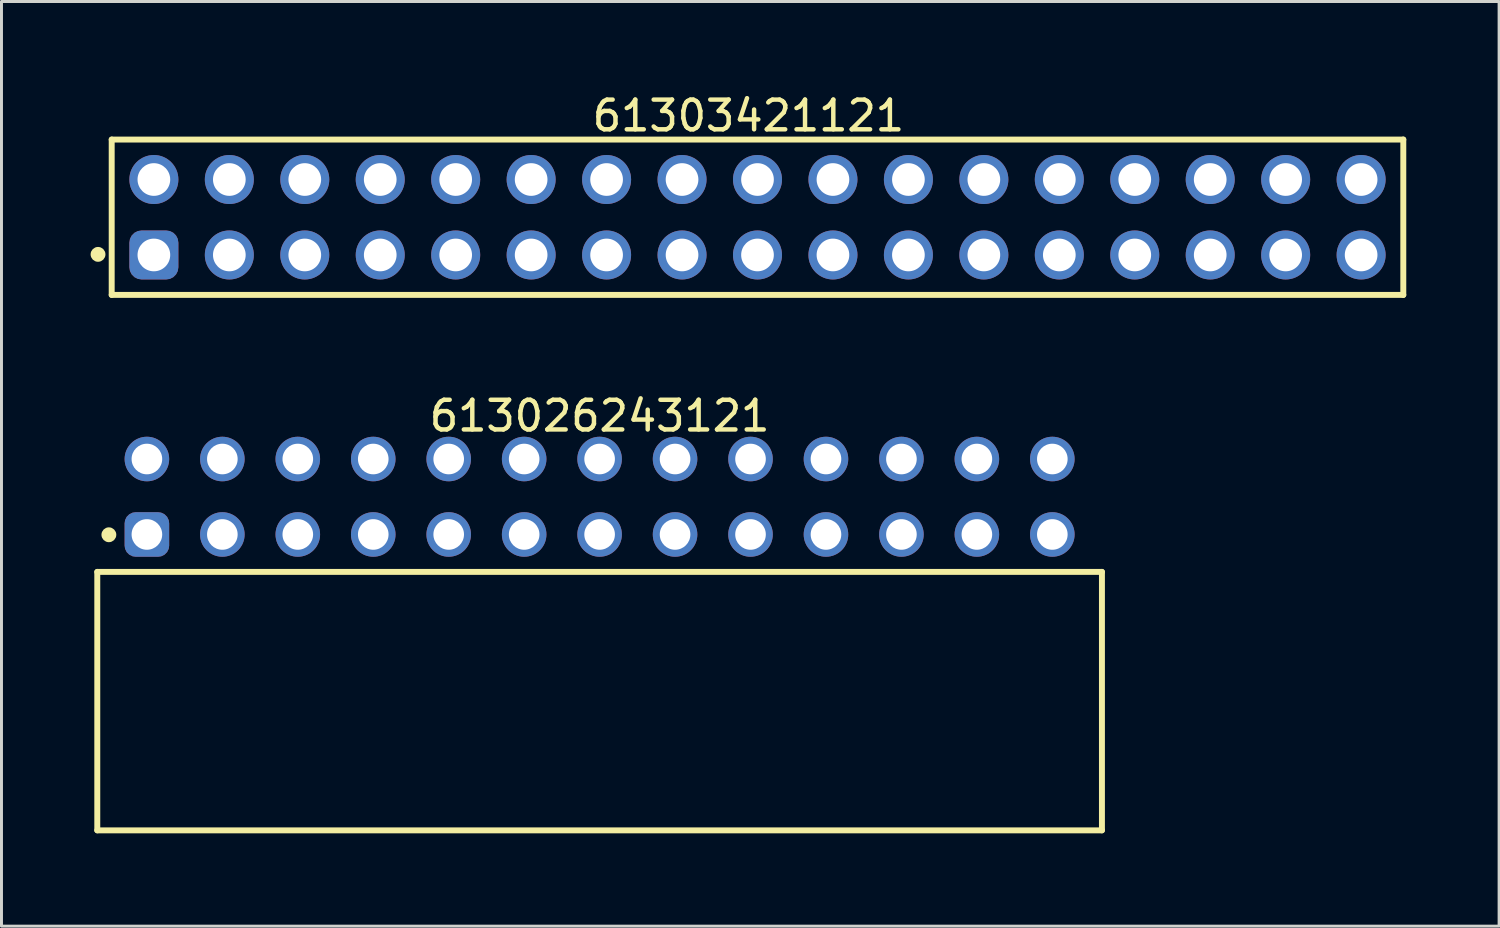
<source format=kicad_pcb>
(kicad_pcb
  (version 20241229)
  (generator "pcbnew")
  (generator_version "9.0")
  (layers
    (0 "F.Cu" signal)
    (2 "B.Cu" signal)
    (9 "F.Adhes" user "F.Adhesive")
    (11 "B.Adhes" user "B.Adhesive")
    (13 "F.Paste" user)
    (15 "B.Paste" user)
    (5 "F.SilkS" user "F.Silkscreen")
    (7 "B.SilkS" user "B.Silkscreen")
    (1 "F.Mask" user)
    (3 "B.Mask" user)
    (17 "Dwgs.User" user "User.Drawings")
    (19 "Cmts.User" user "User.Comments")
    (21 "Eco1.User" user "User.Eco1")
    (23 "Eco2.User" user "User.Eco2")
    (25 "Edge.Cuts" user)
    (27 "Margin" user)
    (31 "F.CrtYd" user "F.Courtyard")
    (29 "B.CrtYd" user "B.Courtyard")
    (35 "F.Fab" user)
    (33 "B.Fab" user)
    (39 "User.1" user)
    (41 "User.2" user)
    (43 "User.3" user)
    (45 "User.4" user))
  (footprint "613026243121"
    (layer "F.Cu")
    (at 17.135 20.552)
    (property "Reference" "613026243121" (at 0 -9.6 0) (layer "F.SilkS") (effects (font (size 1 1) (thickness 0.15))))
    (fp_line (start -16.91 -4.35) (end 16.91 -4.35) (stroke (width 0.2) (type solid)) (layer "F.SilkS"))
    (fp_line (start -16.91 4.35) (end -16.91 -4.35) (stroke (width 0.2) (type solid)) (layer "F.SilkS"))
    (fp_line (start -16.91 4.35) (end 16.91 4.35) (stroke (width 0.2) (type solid)) (layer "F.SilkS"))
    (fp_line (start 16.91 4.35) (end 16.91 -4.35) (stroke (width 0.2) (type solid)) (layer "F.SilkS"))
    (fp_circle (center -16.52 -5.6) (end -16.52 -5.725) (stroke (width 0.25) (type solid)) (fill no) (layer "F.SilkS"))
    (fp_line (start -17.11 -9.1) (end 17.11 -9.1) (stroke (width 0.05) (type solid)) (layer "Eco2.User"))
    (fp_line (start -17.11 4.55) (end -17.11 -9.1) (stroke (width 0.05) (type solid)) (layer "Eco2.User"))
    (fp_line (start -17.11 4.55) (end 17.11 4.55) (stroke (width 0.05) (type solid)) (layer "Eco2.User"))
    (fp_line (start -16.76 -4.25) (end 16.76 -4.25) (stroke (width 0.1) (type solid)) (layer "Eco2.User"))
    (fp_line (start -16.76 4.25) (end -16.76 -4.25) (stroke (width 0.1) (type solid)) (layer "Eco2.User"))
    (fp_line (start -16.76 4.25) (end 16.76 4.25) (stroke (width 0.1) (type solid)) (layer "Eco2.User"))
    (fp_line (start -15.61 -8.35) (end -14.87 -8.35) (stroke (width 0.1) (type solid)) (layer "Eco2.User"))
    (fp_line (start -15.61 -5.81) (end -14.87 -5.81) (stroke (width 0.1) (type solid)) (layer "Eco2.User"))
    (fp_line (start -15.61 -4.25) (end -15.61 -8.35) (stroke (width 0.1) (type solid)) (layer "Eco2.User"))
    (fp_line (start -14.87 -4.25) (end -14.87 -8.35) (stroke (width 0.1) (type solid)) (layer "Eco2.User"))
    (fp_line (start -13.07 -8.35) (end -12.33 -8.35) (stroke (width 0.1) (type solid)) (layer "Eco2.User"))
    (fp_line (start -13.07 -5.81) (end -12.33 -5.81) (stroke (width 0.1) (type solid)) (layer "Eco2.User"))
    (fp_line (start -13.07 -4.25) (end -13.07 -8.35) (stroke (width 0.1) (type solid)) (layer "Eco2.User"))
    (fp_line (start -12.33 -4.25) (end -12.33 -8.35) (stroke (width 0.1) (type solid)) (layer "Eco2.User"))
    (fp_line (start -10.53 -8.35) (end -9.79 -8.35) (stroke (width 0.1) (type solid)) (layer "Eco2.User"))
    (fp_line (start -10.53 -5.81) (end -9.79 -5.81) (stroke (width 0.1) (type solid)) (layer "Eco2.User"))
    (fp_line (start -10.53 -4.25) (end -10.53 -8.35) (stroke (width 0.1) (type solid)) (layer "Eco2.User"))
    (fp_line (start -9.79 -4.25) (end -9.79 -8.35) (stroke (width 0.1) (type solid)) (layer "Eco2.User"))
    (fp_line (start -7.99 -8.35) (end -7.25 -8.35) (stroke (width 0.1) (type solid)) (layer "Eco2.User"))
    (fp_line (start -7.99 -5.81) (end -7.25 -5.81) (stroke (width 0.1) (type solid)) (layer "Eco2.User"))
    (fp_line (start -7.99 -4.25) (end -7.99 -8.35) (stroke (width 0.1) (type solid)) (layer "Eco2.User"))
    (fp_line (start -7.25 -4.25) (end -7.25 -8.35) (stroke (width 0.1) (type solid)) (layer "Eco2.User"))
    (fp_line (start -5.45 -8.35) (end -4.71 -8.35) (stroke (width 0.1) (type solid)) (layer "Eco2.User"))
    (fp_line (start -5.45 -5.81) (end -4.71 -5.81) (stroke (width 0.1) (type solid)) (layer "Eco2.User"))
    (fp_line (start -5.45 -4.25) (end -5.45 -8.35) (stroke (width 0.1) (type solid)) (layer "Eco2.User"))
    (fp_line (start -4.71 -4.25) (end -4.71 -8.35) (stroke (width 0.1) (type solid)) (layer "Eco2.User"))
    (fp_line (start -2.91 -8.35) (end -2.17 -8.35) (stroke (width 0.1) (type solid)) (layer "Eco2.User"))
    (fp_line (start -2.91 -5.81) (end -2.17 -5.81) (stroke (width 0.1) (type solid)) (layer "Eco2.User"))
    (fp_line (start -2.91 -4.25) (end -2.91 -8.35) (stroke (width 0.1) (type solid)) (layer "Eco2.User"))
    (fp_line (start -2.17 -4.25) (end -2.17 -8.35) (stroke (width 0.1) (type solid)) (layer "Eco2.User"))
    (fp_line (start -0.5 0) (end 0.5 0) (stroke (width 0.05) (type solid)) (layer "Eco2.User"))
    (fp_line (start -0.37 -8.35) (end 0.37 -8.35) (stroke (width 0.1) (type solid)) (layer "Eco2.User"))
    (fp_line (start -0.37 -5.81) (end 0.37 -5.81) (stroke (width 0.1) (type solid)) (layer "Eco2.User"))
    (fp_line (start -0.37 -4.25) (end -0.37 -8.35) (stroke (width 0.1) (type solid)) (layer "Eco2.User"))
    (fp_line (start 0 0.5) (end 0 -0.5) (stroke (width 0.05) (type solid)) (layer "Eco2.User"))
    (fp_line (start 0.37 -4.25) (end 0.37 -8.35) (stroke (width 0.1) (type solid)) (layer "Eco2.User"))
    (fp_line (start 2.17 -8.35) (end 2.91 -8.35) (stroke (width 0.1) (type solid)) (layer "Eco2.User"))
    (fp_line (start 2.17 -5.81) (end 2.91 -5.81) (stroke (width 0.1) (type solid)) (layer "Eco2.User"))
    (fp_line (start 2.17 -4.25) (end 2.17 -8.35) (stroke (width 0.1) (type solid)) (layer "Eco2.User"))
    (fp_line (start 2.91 -4.25) (end 2.91 -8.35) (stroke (width 0.1) (type solid)) (layer "Eco2.User"))
    (fp_line (start 4.71 -8.35) (end 5.45 -8.35) (stroke (width 0.1) (type solid)) (layer "Eco2.User"))
    (fp_line (start 4.71 -5.81) (end 5.45 -5.81) (stroke (width 0.1) (type solid)) (layer "Eco2.User"))
    (fp_line (start 4.71 -4.25) (end 4.71 -8.35) (stroke (width 0.1) (type solid)) (layer "Eco2.User"))
    (fp_line (start 5.45 -4.25) (end 5.45 -8.35) (stroke (width 0.1) (type solid)) (layer "Eco2.User"))
    (fp_line (start 7.25 -8.35) (end 7.99 -8.35) (stroke (width 0.1) (type solid)) (layer "Eco2.User"))
    (fp_line (start 7.25 -5.81) (end 7.99 -5.81) (stroke (width 0.1) (type solid)) (layer "Eco2.User"))
    (fp_line (start 7.25 -4.25) (end 7.25 -8.35) (stroke (width 0.1) (type solid)) (layer "Eco2.User"))
    (fp_line (start 7.99 -4.25) (end 7.99 -8.35) (stroke (width 0.1) (type solid)) (layer "Eco2.User"))
    (fp_line (start 9.79 -8.35) (end 10.53 -8.35) (stroke (width 0.1) (type solid)) (layer "Eco2.User"))
    (fp_line (start 9.79 -5.81) (end 10.53 -5.81) (stroke (width 0.1) (type solid)) (layer "Eco2.User"))
    (fp_line (start 9.79 -4.25) (end 9.79 -8.35) (stroke (width 0.1) (type solid)) (layer "Eco2.User"))
    (fp_line (start 10.53 -4.25) (end 10.53 -8.35) (stroke (width 0.1) (type solid)) (layer "Eco2.User"))
    (fp_line (start 12.33 -8.35) (end 13.07 -8.35) (stroke (width 0.1) (type solid)) (layer "Eco2.User"))
    (fp_line (start 12.33 -5.81) (end 13.07 -5.81) (stroke (width 0.1) (type solid)) (layer "Eco2.User"))
    (fp_line (start 12.33 -4.25) (end 12.33 -8.35) (stroke (width 0.1) (type solid)) (layer "Eco2.User"))
    (fp_line (start 13.07 -4.25) (end 13.07 -8.35) (stroke (width 0.1) (type solid)) (layer "Eco2.User"))
    (fp_line (start 14.87 -8.35) (end 15.61 -8.35) (stroke (width 0.1) (type solid)) (layer "Eco2.User"))
    (fp_line (start 14.87 -5.81) (end 15.61 -5.81) (stroke (width 0.1) (type solid)) (layer "Eco2.User"))
    (fp_line (start 14.87 -4.25) (end 14.87 -8.35) (stroke (width 0.1) (type solid)) (layer "Eco2.User"))
    (fp_line (start 15.61 -4.25) (end 15.61 -8.35) (stroke (width 0.1) (type solid)) (layer "Eco2.User"))
    (fp_line (start 16.76 4.25) (end 16.76 -4.25) (stroke (width 0.1) (type solid)) (layer "Eco2.User"))
    (fp_line (start 17.11 4.55) (end 17.11 -9.1) (stroke (width 0.05) (type solid)) (layer "Eco2.User"))
    (fp_text user "${REFERENCE}" (at 0.15 -0.197 0) (unlocked yes) (layer "User.3") (effects (font (size 1.5 1.5) (thickness 0.15))))
    (pad "1" thru_hole roundrect (at -15.24 -5.61) (size 1.5 1.5) (drill 1.03) (layers "*.Cu" "*.Mask") (roundrect_rratio 0.25))
    (pad "2" thru_hole circle (at -15.24 -8.15) (size 1.5 1.5) (drill 1.03) (layers "*.Cu" "*.Mask"))
    (pad "3" thru_hole circle (at -12.7 -5.61) (size 1.5 1.5) (drill 1.03) (layers "*.Cu" "*.Mask"))
    (pad "4" thru_hole circle (at -12.7 -8.15) (size 1.5 1.5) (drill 1.03) (layers "*.Cu" "*.Mask"))
    (pad "5" thru_hole circle (at -10.16 -5.61) (size 1.5 1.5) (drill 1.03) (layers "*.Cu" "*.Mask"))
    (pad "6" thru_hole circle (at -10.16 -8.15) (size 1.5 1.5) (drill 1.03) (layers "*.Cu" "*.Mask"))
    (pad "7" thru_hole circle (at -7.62 -5.61) (size 1.5 1.5) (drill 1.03) (layers "*.Cu" "*.Mask"))
    (pad "8" thru_hole circle (at -7.62 -8.15) (size 1.5 1.5) (drill 1.03) (layers "*.Cu" "*.Mask"))
    (pad "9" thru_hole circle (at -5.08 -5.61) (size 1.5 1.5) (drill 1.03) (layers "*.Cu" "*.Mask"))
    (pad "10" thru_hole circle (at -5.08 -8.15) (size 1.5 1.5) (drill 1.03) (layers "*.Cu" "*.Mask"))
    (pad "11" thru_hole circle (at -2.54 -5.61) (size 1.5 1.5) (drill 1.03) (layers "*.Cu" "*.Mask"))
    (pad "12" thru_hole circle (at -2.54 -8.15) (size 1.5 1.5) (drill 1.03) (layers "*.Cu" "*.Mask"))
    (pad "13" thru_hole circle (at 0 -5.61) (size 1.5 1.5) (drill 1.03) (layers "*.Cu" "*.Mask"))
    (pad "14" thru_hole circle (at 0 -8.15) (size 1.5 1.5) (drill 1.03) (layers "*.Cu" "*.Mask"))
    (pad "15" thru_hole circle (at 2.54 -5.61) (size 1.5 1.5) (drill 1.03) (layers "*.Cu" "*.Mask"))
    (pad "16" thru_hole circle (at 2.54 -8.15) (size 1.5 1.5) (drill 1.03) (layers "*.Cu" "*.Mask"))
    (pad "17" thru_hole circle (at 5.08 -5.61) (size 1.5 1.5) (drill 1.03) (layers "*.Cu" "*.Mask"))
    (pad "18" thru_hole circle (at 5.08 -8.15) (size 1.5 1.5) (drill 1.03) (layers "*.Cu" "*.Mask"))
    (pad "19" thru_hole circle (at 7.62 -5.61) (size 1.5 1.5) (drill 1.03) (layers "*.Cu" "*.Mask"))
    (pad "20" thru_hole circle (at 7.62 -8.15) (size 1.5 1.5) (drill 1.03) (layers "*.Cu" "*.Mask"))
    (pad "21" thru_hole circle (at 10.16 -5.61) (size 1.5 1.5) (drill 1.03) (layers "*.Cu" "*.Mask"))
    (pad "22" thru_hole circle (at 10.16 -8.15) (size 1.5 1.5) (drill 1.03) (layers "*.Cu" "*.Mask"))
    (pad "23" thru_hole circle (at 12.7 -5.61) (size 1.5 1.5) (drill 1.03) (layers "*.Cu" "*.Mask"))
    (pad "24" thru_hole circle (at 12.7 -8.15) (size 1.5 1.5) (drill 1.03) (layers "*.Cu" "*.Mask"))
    (pad "25" thru_hole circle (at 15.24 -5.61) (size 1.5 1.5) (drill 1.03) (layers "*.Cu" "*.Mask"))
    (pad "26" thru_hole circle (at 15.24 -8.15) (size 1.5 1.5) (drill 1.03) (layers "*.Cu" "*.Mask")))
  (footprint "61303421121"
    (layer "F.Cu")
    (at 22.45 4.263)
    (property "Reference" "61303421121" (at -0.305 -3.415 0) (layer "F.SilkS") (effects (font (size 1 1) (thickness 0.15))))
    (fp_line (start -21.74 -2.615) (end 21.74 -2.615) (stroke (width 0.2) (type solid)) (layer "F.SilkS"))
    (fp_line (start -21.74 2.615) (end -21.74 -2.615) (stroke (width 0.2) (type solid)) (layer "F.SilkS"))
    (fp_line (start -21.74 2.615) (end 21.74 2.615) (stroke (width 0.2) (type solid)) (layer "F.SilkS"))
    (fp_line (start 21.74 2.615) (end 21.74 -2.615) (stroke (width 0.2) (type solid)) (layer "F.SilkS"))
    (fp_circle (center -22.2 1.25) (end -22.2 1.125) (stroke (width 0.25) (type solid)) (fill no) (layer "F.SilkS"))
    (fp_line (start -21.94 -2.815) (end 21.94 -2.815) (stroke (width 0.05) (type solid)) (layer "Eco2.User"))
    (fp_line (start -21.94 2.815) (end -21.94 -2.815) (stroke (width 0.05) (type solid)) (layer "Eco2.User"))
    (fp_line (start -21.94 2.815) (end 21.94 2.815) (stroke (width 0.05) (type solid)) (layer "Eco2.User"))
    (fp_line (start -21.59 -2.54) (end 21.59 -2.54) (stroke (width 0.1) (type solid)) (layer "Eco2.User"))
    (fp_line (start -21.59 2.54) (end -21.59 -2.54) (stroke (width 0.1) (type solid)) (layer "Eco2.User"))
    (fp_line (start -21.59 2.54) (end 21.59 2.54) (stroke (width 0.1) (type solid)) (layer "Eco2.User"))
    (fp_line (start -0.5 0) (end 0.5 0) (stroke (width 0.05) (type solid)) (layer "Eco2.User"))
    (fp_line (start 0 0.5) (end 0 -0.5) (stroke (width 0.05) (type solid)) (layer "Eco2.User"))
    (fp_line (start 21.59 2.54) (end 21.59 -2.54) (stroke (width 0.1) (type solid)) (layer "Eco2.User"))
    (fp_line (start 21.94 2.815) (end 21.94 -2.815) (stroke (width 0.05) (type solid)) (layer "Eco2.User"))
    (fp_text user "${REFERENCE}" (at 0.15 -0.197 0) (unlocked yes) (layer "User.3") (effects (font (size 1.5 1.5) (thickness 0.15))))
    (pad "1" thru_hole roundrect (at -20.32 1.27) (size 1.65 1.65) (drill 1.1) (layers "*.Cu" "*.Mask") (roundrect_rratio 0.25))
    (pad "2" thru_hole circle (at -20.32 -1.27) (size 1.65 1.65) (drill 1.1) (layers "*.Cu" "*.Mask"))
    (pad "3" thru_hole circle (at -17.78 1.27) (size 1.65 1.65) (drill 1.1) (layers "*.Cu" "*.Mask"))
    (pad "4" thru_hole circle (at -17.78 -1.27) (size 1.65 1.65) (drill 1.1) (layers "*.Cu" "*.Mask"))
    (pad "5" thru_hole circle (at -15.24 1.27) (size 1.65 1.65) (drill 1.1) (layers "*.Cu" "*.Mask"))
    (pad "6" thru_hole circle (at -15.24 -1.27) (size 1.65 1.65) (drill 1.1) (layers "*.Cu" "*.Mask"))
    (pad "7" thru_hole circle (at -12.7 1.27) (size 1.65 1.65) (drill 1.1) (layers "*.Cu" "*.Mask"))
    (pad "8" thru_hole circle (at -12.7 -1.27) (size 1.65 1.65) (drill 1.1) (layers "*.Cu" "*.Mask"))
    (pad "9" thru_hole circle (at -10.16 1.27) (size 1.65 1.65) (drill 1.1) (layers "*.Cu" "*.Mask"))
    (pad "10" thru_hole circle (at -10.16 -1.27) (size 1.65 1.65) (drill 1.1) (layers "*.Cu" "*.Mask"))
    (pad "11" thru_hole circle (at -7.62 1.27) (size 1.65 1.65) (drill 1.1) (layers "*.Cu" "*.Mask"))
    (pad "12" thru_hole circle (at -7.62 -1.27) (size 1.65 1.65) (drill 1.1) (layers "*.Cu" "*.Mask"))
    (pad "13" thru_hole circle (at -5.08 1.27) (size 1.65 1.65) (drill 1.1) (layers "*.Cu" "*.Mask"))
    (pad "14" thru_hole circle (at -5.08 -1.27) (size 1.65 1.65) (drill 1.1) (layers "*.Cu" "*.Mask"))
    (pad "15" thru_hole circle (at -2.54 1.27) (size 1.65 1.65) (drill 1.1) (layers "*.Cu" "*.Mask"))
    (pad "16" thru_hole circle (at -2.54 -1.27) (size 1.65 1.65) (drill 1.1) (layers "*.Cu" "*.Mask"))
    (pad "17" thru_hole circle (at 0 1.27) (size 1.65 1.65) (drill 1.1) (layers "*.Cu" "*.Mask"))
    (pad "18" thru_hole circle (at 0 -1.27) (size 1.65 1.65) (drill 1.1) (layers "*.Cu" "*.Mask"))
    (pad "19" thru_hole circle (at 2.54 1.27) (size 1.65 1.65) (drill 1.1) (layers "*.Cu" "*.Mask"))
    (pad "20" thru_hole circle (at 2.54 -1.27) (size 1.65 1.65) (drill 1.1) (layers "*.Cu" "*.Mask"))
    (pad "21" thru_hole circle (at 5.08 1.27) (size 1.65 1.65) (drill 1.1) (layers "*.Cu" "*.Mask"))
    (pad "22" thru_hole circle (at 5.08 -1.27) (size 1.65 1.65) (drill 1.1) (layers "*.Cu" "*.Mask"))
    (pad "23" thru_hole circle (at 7.62 1.27) (size 1.65 1.65) (drill 1.1) (layers "*.Cu" "*.Mask"))
    (pad "24" thru_hole circle (at 7.62 -1.27) (size 1.65 1.65) (drill 1.1) (layers "*.Cu" "*.Mask"))
    (pad "25" thru_hole circle (at 10.16 1.27) (size 1.65 1.65) (drill 1.1) (layers "*.Cu" "*.Mask"))
    (pad "26" thru_hole circle (at 10.16 -1.27) (size 1.65 1.65) (drill 1.1) (layers "*.Cu" "*.Mask"))
    (pad "27" thru_hole circle (at 12.7 1.27) (size 1.65 1.65) (drill 1.1) (layers "*.Cu" "*.Mask"))
    (pad "28" thru_hole circle (at 12.7 -1.27) (size 1.65 1.65) (drill 1.1) (layers "*.Cu" "*.Mask"))
    (pad "29" thru_hole circle (at 15.24 1.27) (size 1.65 1.65) (drill 1.1) (layers "*.Cu" "*.Mask"))
    (pad "30" thru_hole circle (at 15.24 -1.27) (size 1.65 1.65) (drill 1.1) (layers "*.Cu" "*.Mask"))
    (pad "31" thru_hole circle (at 17.78 1.27) (size 1.65 1.65) (drill 1.1) (layers "*.Cu" "*.Mask"))
    (pad "32" thru_hole circle (at 17.78 -1.27) (size 1.65 1.65) (drill 1.1) (layers "*.Cu" "*.Mask"))
    (pad "33" thru_hole circle (at 20.32 1.27) (size 1.65 1.65) (drill 1.1) (layers "*.Cu" "*.Mask"))
    (pad "34" thru_hole circle (at 20.32 -1.27) (size 1.65 1.65) (drill 1.1) (layers "*.Cu" "*.Mask")))
  (gr_rect
    (start -3 -3)
    (end 47.415 28.127)
    (stroke (width 0.1) (type default))
    (fill no)
    (layer "Edge.Cuts")))
</source>
